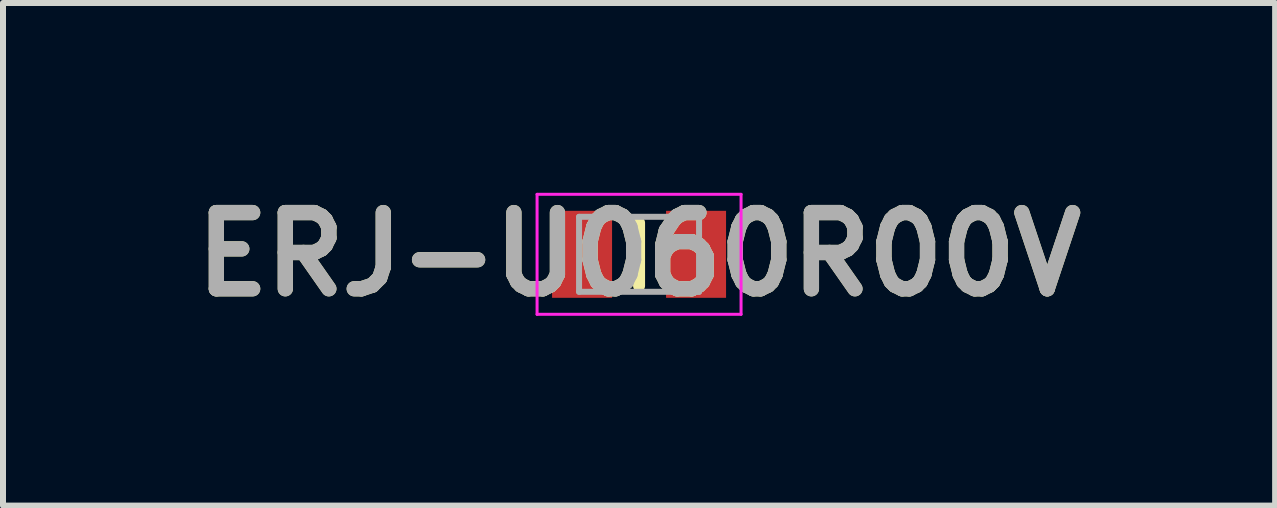
<source format=kicad_pcb>
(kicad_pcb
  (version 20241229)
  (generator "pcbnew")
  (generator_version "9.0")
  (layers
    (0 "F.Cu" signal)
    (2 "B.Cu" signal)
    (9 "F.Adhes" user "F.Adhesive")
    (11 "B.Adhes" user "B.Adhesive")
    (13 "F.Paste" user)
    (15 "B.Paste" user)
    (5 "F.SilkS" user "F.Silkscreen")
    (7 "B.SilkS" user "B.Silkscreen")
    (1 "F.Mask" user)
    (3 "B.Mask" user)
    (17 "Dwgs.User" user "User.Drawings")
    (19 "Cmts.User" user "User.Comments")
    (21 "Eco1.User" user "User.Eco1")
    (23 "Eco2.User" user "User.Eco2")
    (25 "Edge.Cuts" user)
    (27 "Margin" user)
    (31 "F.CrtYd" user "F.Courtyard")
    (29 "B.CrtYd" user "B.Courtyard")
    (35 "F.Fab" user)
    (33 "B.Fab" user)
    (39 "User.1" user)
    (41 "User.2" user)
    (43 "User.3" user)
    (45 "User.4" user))
  (footprint "ERJ-U060R00V"
    (layer "F.Cu")
    (at 7.602 1.189)
    (property "Reference" "ERJ-U060R00V" (at 0 0 0) (layer "F.SilkS") (effects (font (size 1.27 1.27) (thickness 0.254))))
    (attr smd)
    (fp_line (start 0 -0.525) (end 0 0.525) (stroke (width 0.2) (type solid)) (layer "F.SilkS"))
    (fp_line (start -1.7 -1) (end 1.7 -1) (stroke (width 0.05) (type solid)) (layer "F.CrtYd"))
    (fp_line (start -1.7 1) (end -1.7 -1) (stroke (width 0.05) (type solid)) (layer "F.CrtYd"))
    (fp_line (start 1.7 -1) (end 1.7 1) (stroke (width 0.05) (type solid)) (layer "F.CrtYd"))
    (fp_line (start 1.7 1) (end -1.7 1) (stroke (width 0.05) (type solid)) (layer "F.CrtYd"))
    (fp_line (start -1 -0.625) (end 1 -0.625) (stroke (width 0.1) (type solid)) (layer "F.Fab"))
    (fp_line (start -1 0.625) (end -1 -0.625) (stroke (width 0.1) (type solid)) (layer "F.Fab"))
    (fp_line (start 1 -0.625) (end 1 0.625) (stroke (width 0.1) (type solid)) (layer "F.Fab"))
    (fp_line (start 1 0.625) (end -1 0.625) (stroke (width 0.1) (type solid)) (layer "F.Fab"))
    (fp_text user "${REFERENCE}" (at 0 0 0) (layer "F.Fab") (effects (font (size 1.27 1.27) (thickness 0.254))))
    (pad "1" smd rect (at -0.95 0) (size 1 1.45) (layers "F.Cu" "F.Mask" "F.Paste"))
    (pad "2" smd rect (at 0.95 0) (size 1 1.45) (layers "F.Cu" "F.Mask" "F.Paste")))
  (gr_rect
    (start -3 -3)
    (end 18.204 5.377)
    (stroke (width 0.1) (type default))
    (fill no)
    (layer "Edge.Cuts")))
</source>
